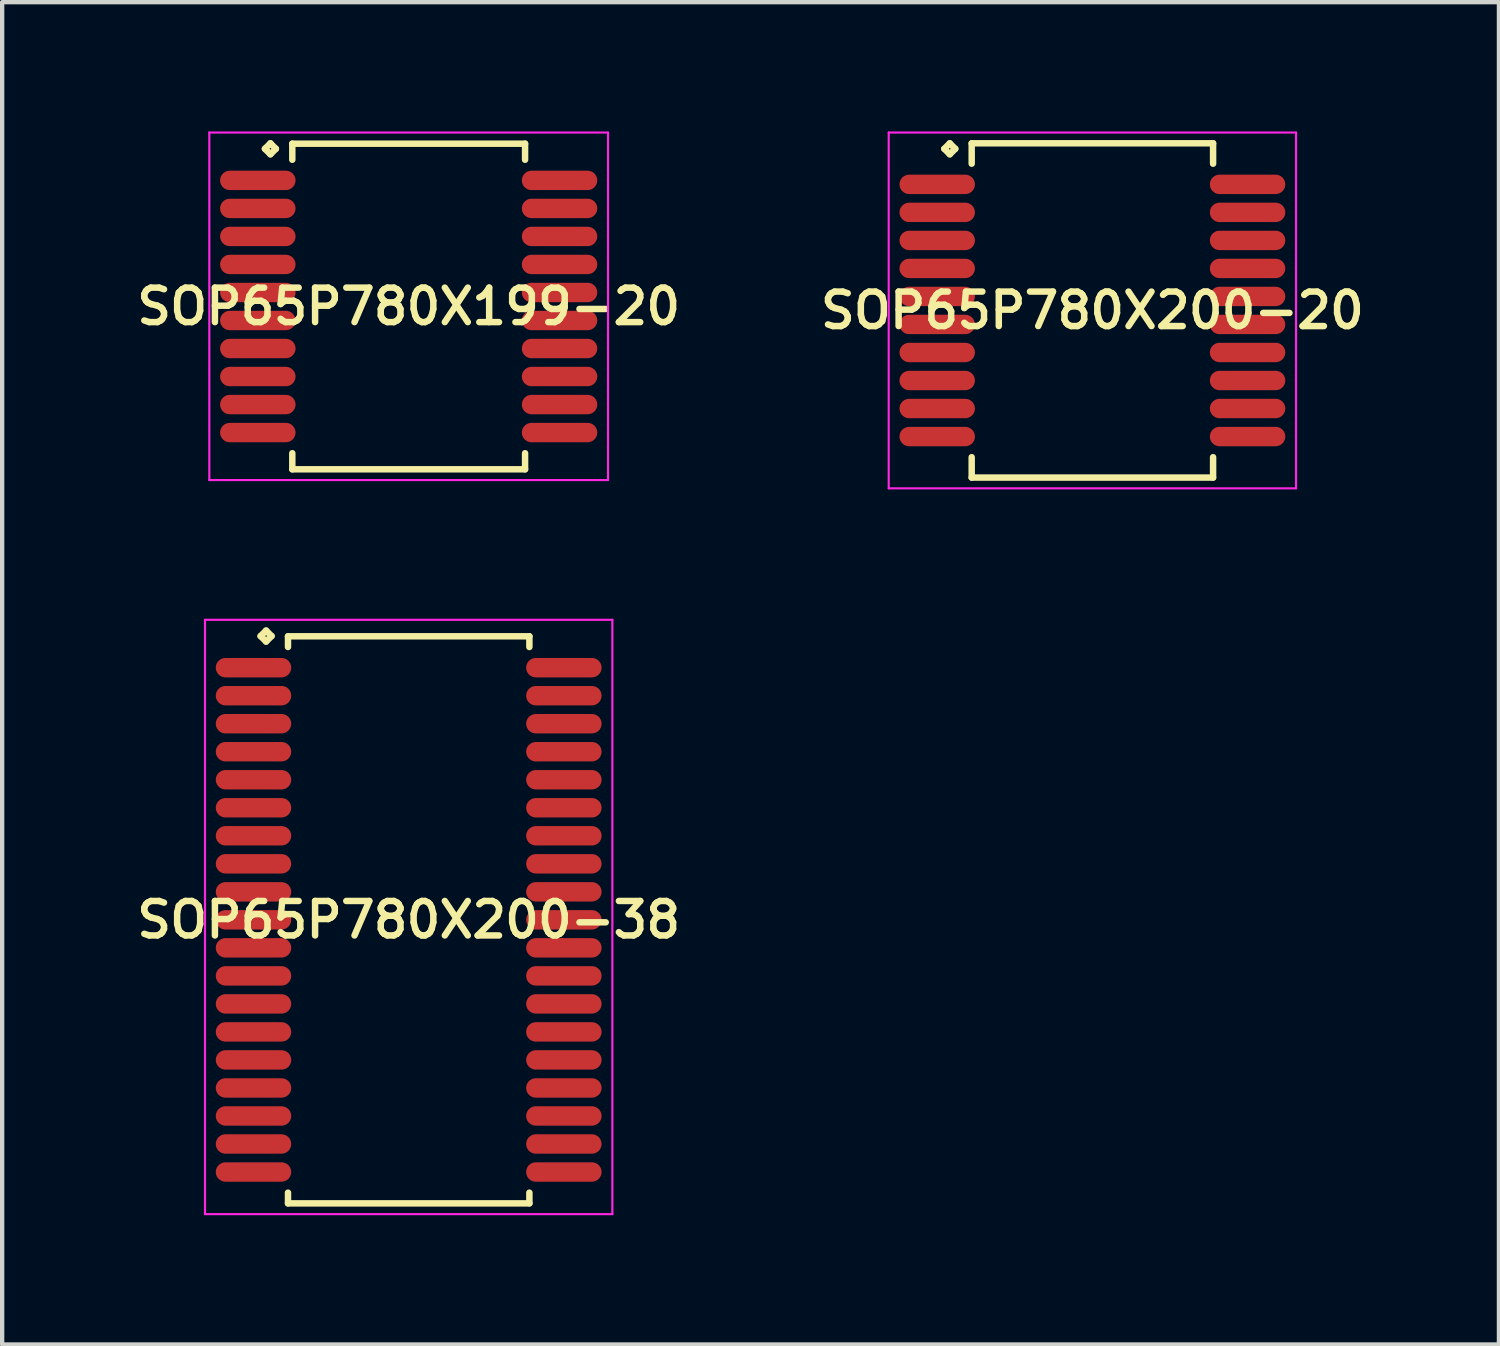
<source format=kicad_pcb>
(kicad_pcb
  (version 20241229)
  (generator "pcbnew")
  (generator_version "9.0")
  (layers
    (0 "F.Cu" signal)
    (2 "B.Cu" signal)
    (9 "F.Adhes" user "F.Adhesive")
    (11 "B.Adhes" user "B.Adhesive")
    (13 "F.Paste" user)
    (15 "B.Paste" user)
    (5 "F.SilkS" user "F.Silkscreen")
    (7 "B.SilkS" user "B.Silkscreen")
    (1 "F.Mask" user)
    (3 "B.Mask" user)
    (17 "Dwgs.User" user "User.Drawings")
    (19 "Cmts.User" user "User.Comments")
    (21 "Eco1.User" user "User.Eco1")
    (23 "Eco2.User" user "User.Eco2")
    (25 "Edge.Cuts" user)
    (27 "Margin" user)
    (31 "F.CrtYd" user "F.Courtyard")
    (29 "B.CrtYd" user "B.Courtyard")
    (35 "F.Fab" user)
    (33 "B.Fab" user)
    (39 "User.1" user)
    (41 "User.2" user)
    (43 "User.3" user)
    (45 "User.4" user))
  (footprint "SOP65P780X199-20"
    (layer "F.Cu")
    (at 6.431 4.06)
    (property "Reference" "SOP65P780X199-20" (at 0 0 0) (layer "F.SilkS") (effects (font (size 0.8 0.8) (thickness 0.15))))
    (attr smd)
    (fp_line (start -3.335 -3.658) (end -3.208 -3.785) (stroke (width 0.15) (type solid)) (layer "F.SilkS"))
    (fp_line (start -3.208 -3.785) (end -3.081 -3.658) (stroke (width 0.15) (type solid)) (layer "F.SilkS"))
    (fp_line (start -3.208 -3.531) (end -3.335 -3.658) (stroke (width 0.15) (type solid)) (layer "F.SilkS"))
    (fp_line (start -3.081 -3.658) (end -3.208 -3.531) (stroke (width 0.15) (type solid)) (layer "F.SilkS"))
    (fp_line (start -2.7 -3.777) (end 2.7 -3.777) (stroke (width 0.15) (type solid)) (layer "F.SilkS"))
    (fp_line (start -2.7 -3.404) (end -2.7 -3.777) (stroke (width 0.15) (type solid)) (layer "F.SilkS"))
    (fp_line (start -2.7 3.404) (end -2.7 3.777) (stroke (width 0.15) (type solid)) (layer "F.SilkS"))
    (fp_line (start -2.7 3.777) (end 2.7 3.777) (stroke (width 0.15) (type solid)) (layer "F.SilkS"))
    (fp_line (start 2.7 -3.777) (end 2.7 -3.404) (stroke (width 0.15) (type solid)) (layer "F.SilkS"))
    (fp_line (start 2.7 3.777) (end 2.7 3.404) (stroke (width 0.15) (type solid)) (layer "F.SilkS"))
    (fp_line (start -4.625 -4.035) (end 4.625 -4.035) (stroke (width 0.05) (type solid)) (layer "F.CrtYd"))
    (fp_line (start -4.625 4.027) (end -4.625 -4.035) (stroke (width 0.05) (type solid)) (layer "F.CrtYd"))
    (fp_line (start 4.625 -4.035) (end 4.625 4.027) (stroke (width 0.05) (type solid)) (layer "F.CrtYd"))
    (fp_line (start 4.625 4.027) (end -4.625 4.027) (stroke (width 0.05) (type solid)) (layer "F.CrtYd"))
    (pad "1" smd oval (at -3.5 -2.925) (size 1.75 0.45) (layers "F.Cu" "F.Mask" "F.Paste"))
    (pad "2" smd oval (at -3.5 -2.275) (size 1.75 0.45) (layers "F.Cu" "F.Mask" "F.Paste"))
    (pad "3" smd oval (at -3.5 -1.625) (size 1.75 0.45) (layers "F.Cu" "F.Mask" "F.Paste"))
    (pad "4" smd oval (at -3.5 -0.975) (size 1.75 0.45) (layers "F.Cu" "F.Mask" "F.Paste"))
    (pad "5" smd oval (at -3.5 -0.325) (size 1.75 0.45) (layers "F.Cu" "F.Mask" "F.Paste"))
    (pad "6" smd oval (at -3.5 0.325) (size 1.75 0.45) (layers "F.Cu" "F.Mask" "F.Paste"))
    (pad "7" smd oval (at -3.5 0.975) (size 1.75 0.45) (layers "F.Cu" "F.Mask" "F.Paste"))
    (pad "8" smd oval (at -3.5 1.625) (size 1.75 0.45) (layers "F.Cu" "F.Mask" "F.Paste"))
    (pad "9" smd oval (at -3.5 2.275) (size 1.75 0.45) (layers "F.Cu" "F.Mask" "F.Paste"))
    (pad "10" smd oval (at -3.5 2.925) (size 1.75 0.45) (layers "F.Cu" "F.Mask" "F.Paste"))
    (pad "11" smd oval (at 3.5 2.925) (size 1.75 0.45) (layers "F.Cu" "F.Mask" "F.Paste"))
    (pad "12" smd oval (at 3.5 2.275) (size 1.75 0.45) (layers "F.Cu" "F.Mask" "F.Paste"))
    (pad "13" smd oval (at 3.5 1.625) (size 1.75 0.45) (layers "F.Cu" "F.Mask" "F.Paste"))
    (pad "14" smd oval (at 3.5 0.975) (size 1.75 0.45) (layers "F.Cu" "F.Mask" "F.Paste"))
    (pad "15" smd oval (at 3.5 0.325) (size 1.75 0.45) (layers "F.Cu" "F.Mask" "F.Paste"))
    (pad "16" smd oval (at 3.5 -0.325) (size 1.75 0.45) (layers "F.Cu" "F.Mask" "F.Paste"))
    (pad "17" smd oval (at 3.5 -0.975) (size 1.75 0.45) (layers "F.Cu" "F.Mask" "F.Paste"))
    (pad "18" smd oval (at 3.5 -1.625) (size 1.75 0.45) (layers "F.Cu" "F.Mask" "F.Paste"))
    (pad "19" smd oval (at 3.5 -2.275) (size 1.75 0.45) (layers "F.Cu" "F.Mask" "F.Paste"))
    (pad "20" smd oval (at 3.5 -2.925) (size 1.75 0.45) (layers "F.Cu" "F.Mask" "F.Paste")))
  (footprint "SOP65P780X200-20"
    (layer "F.Cu")
    (at 22.292 4.152)
    (property "Reference" "SOP65P780X200-20" (at 0 0 0) (layer "F.SilkS") (effects (font (size 0.8 0.8) (thickness 0.15))))
    (attr smd)
    (fp_line (start -3.435 -3.75) (end -3.308 -3.877) (stroke (width 0.15) (type solid)) (layer "F.SilkS"))
    (fp_line (start -3.308 -3.877) (end -3.181 -3.75) (stroke (width 0.15) (type solid)) (layer "F.SilkS"))
    (fp_line (start -3.308 -3.623) (end -3.435 -3.75) (stroke (width 0.15) (type solid)) (layer "F.SilkS"))
    (fp_line (start -3.181 -3.75) (end -3.308 -3.623) (stroke (width 0.15) (type solid)) (layer "F.SilkS"))
    (fp_line (start -2.8 -3.877) (end 2.8 -3.877) (stroke (width 0.15) (type solid)) (layer "F.SilkS"))
    (fp_line (start -2.8 -3.404) (end -2.8 -3.877) (stroke (width 0.15) (type solid)) (layer "F.SilkS"))
    (fp_line (start -2.8 3.404) (end -2.8 3.877) (stroke (width 0.15) (type solid)) (layer "F.SilkS"))
    (fp_line (start -2.8 3.877) (end 2.8 3.877) (stroke (width 0.15) (type solid)) (layer "F.SilkS"))
    (fp_line (start 2.8 -3.877) (end 2.8 -3.404) (stroke (width 0.15) (type solid)) (layer "F.SilkS"))
    (fp_line (start 2.8 3.877) (end 2.8 3.404) (stroke (width 0.15) (type solid)) (layer "F.SilkS"))
    (fp_line (start -4.725 -4.127) (end 4.725 -4.127) (stroke (width 0.05) (type solid)) (layer "F.CrtYd"))
    (fp_line (start -4.725 4.127) (end -4.725 -4.127) (stroke (width 0.05) (type solid)) (layer "F.CrtYd"))
    (fp_line (start 4.725 -4.127) (end 4.725 4.127) (stroke (width 0.05) (type solid)) (layer "F.CrtYd"))
    (fp_line (start 4.725 4.127) (end -4.725 4.127) (stroke (width 0.05) (type solid)) (layer "F.CrtYd"))
    (pad "1" smd oval (at -3.6 -2.925) (size 1.75 0.45) (layers "F.Cu" "F.Mask" "F.Paste"))
    (pad "2" smd oval (at -3.6 -2.275) (size 1.75 0.45) (layers "F.Cu" "F.Mask" "F.Paste"))
    (pad "3" smd oval (at -3.6 -1.625) (size 1.75 0.45) (layers "F.Cu" "F.Mask" "F.Paste"))
    (pad "4" smd oval (at -3.6 -0.975) (size 1.75 0.45) (layers "F.Cu" "F.Mask" "F.Paste"))
    (pad "5" smd oval (at -3.6 -0.325) (size 1.75 0.45) (layers "F.Cu" "F.Mask" "F.Paste"))
    (pad "6" smd oval (at -3.6 0.325) (size 1.75 0.45) (layers "F.Cu" "F.Mask" "F.Paste"))
    (pad "7" smd oval (at -3.6 0.975) (size 1.75 0.45) (layers "F.Cu" "F.Mask" "F.Paste"))
    (pad "8" smd oval (at -3.6 1.625) (size 1.75 0.45) (layers "F.Cu" "F.Mask" "F.Paste"))
    (pad "9" smd oval (at -3.6 2.275) (size 1.75 0.45) (layers "F.Cu" "F.Mask" "F.Paste"))
    (pad "10" smd oval (at -3.6 2.925) (size 1.75 0.45) (layers "F.Cu" "F.Mask" "F.Paste"))
    (pad "11" smd oval (at 3.6 2.925) (size 1.75 0.45) (layers "F.Cu" "F.Mask" "F.Paste"))
    (pad "12" smd oval (at 3.6 2.275) (size 1.75 0.45) (layers "F.Cu" "F.Mask" "F.Paste"))
    (pad "13" smd oval (at 3.6 1.625) (size 1.75 0.45) (layers "F.Cu" "F.Mask" "F.Paste"))
    (pad "14" smd oval (at 3.6 0.975) (size 1.75 0.45) (layers "F.Cu" "F.Mask" "F.Paste"))
    (pad "15" smd oval (at 3.6 0.325) (size 1.75 0.45) (layers "F.Cu" "F.Mask" "F.Paste"))
    (pad "16" smd oval (at 3.6 -0.325) (size 1.75 0.45) (layers "F.Cu" "F.Mask" "F.Paste"))
    (pad "17" smd oval (at 3.6 -0.975) (size 1.75 0.45) (layers "F.Cu" "F.Mask" "F.Paste"))
    (pad "18" smd oval (at 3.6 -1.625) (size 1.75 0.45) (layers "F.Cu" "F.Mask" "F.Paste"))
    (pad "19" smd oval (at 3.6 -2.275) (size 1.75 0.45) (layers "F.Cu" "F.Mask" "F.Paste"))
    (pad "20" smd oval (at 3.6 -2.925) (size 1.75 0.45) (layers "F.Cu" "F.Mask" "F.Paste")))
  (footprint "SOP65P780X200-38"
    (layer "F.Cu")
    (at 6.431 18.289)
    (property "Reference" "SOP65P780X200-38" (at 0 0 0) (layer "F.SilkS") (effects (font (size 0.8 0.8) (thickness 0.15))))
    (attr smd)
    (fp_line (start -3.435 -6.583) (end -3.308 -6.71) (stroke (width 0.15) (type solid)) (layer "F.SilkS"))
    (fp_line (start -3.308 -6.71) (end -3.181 -6.583) (stroke (width 0.15) (type solid)) (layer "F.SilkS"))
    (fp_line (start -3.308 -6.456) (end -3.435 -6.583) (stroke (width 0.15) (type solid)) (layer "F.SilkS"))
    (fp_line (start -3.181 -6.583) (end -3.308 -6.456) (stroke (width 0.15) (type solid)) (layer "F.SilkS"))
    (fp_line (start -2.8 -6.577) (end 2.8 -6.577) (stroke (width 0.15) (type solid)) (layer "F.SilkS"))
    (fp_line (start -2.8 -6.329) (end -2.8 -6.577) (stroke (width 0.15) (type solid)) (layer "F.SilkS"))
    (fp_line (start -2.8 6.329) (end -2.8 6.577) (stroke (width 0.15) (type solid)) (layer "F.SilkS"))
    (fp_line (start -2.8 6.577) (end 2.8 6.577) (stroke (width 0.15) (type solid)) (layer "F.SilkS"))
    (fp_line (start 2.8 -6.577) (end 2.8 -6.329) (stroke (width 0.15) (type solid)) (layer "F.SilkS"))
    (fp_line (start 2.8 6.577) (end 2.8 6.329) (stroke (width 0.15) (type solid)) (layer "F.SilkS"))
    (fp_line (start -4.725 -6.96) (end 4.725 -6.96) (stroke (width 0.05) (type solid)) (layer "F.CrtYd"))
    (fp_line (start -4.725 6.827) (end -4.725 -6.96) (stroke (width 0.05) (type solid)) (layer "F.CrtYd"))
    (fp_line (start 4.725 -6.96) (end 4.725 6.827) (stroke (width 0.05) (type solid)) (layer "F.CrtYd"))
    (fp_line (start 4.725 6.827) (end -4.725 6.827) (stroke (width 0.05) (type solid)) (layer "F.CrtYd"))
    (pad "1" smd oval (at -3.6 -5.85) (size 1.75 0.45) (layers "F.Cu" "F.Mask" "F.Paste"))
    (pad "2" smd oval (at -3.6 -5.2) (size 1.75 0.45) (layers "F.Cu" "F.Mask" "F.Paste"))
    (pad "3" smd oval (at -3.6 -4.55) (size 1.75 0.45) (layers "F.Cu" "F.Mask" "F.Paste"))
    (pad "4" smd oval (at -3.6 -3.9) (size 1.75 0.45) (layers "F.Cu" "F.Mask" "F.Paste"))
    (pad "5" smd oval (at -3.6 -3.25) (size 1.75 0.45) (layers "F.Cu" "F.Mask" "F.Paste"))
    (pad "6" smd oval (at -3.6 -2.6) (size 1.75 0.45) (layers "F.Cu" "F.Mask" "F.Paste"))
    (pad "7" smd oval (at -3.6 -1.95) (size 1.75 0.45) (layers "F.Cu" "F.Mask" "F.Paste"))
    (pad "8" smd oval (at -3.6 -1.3) (size 1.75 0.45) (layers "F.Cu" "F.Mask" "F.Paste"))
    (pad "9" smd oval (at -3.6 -0.65) (size 1.75 0.45) (layers "F.Cu" "F.Mask" "F.Paste"))
    (pad "10" smd oval (at -3.6 0) (size 1.75 0.45) (layers "F.Cu" "F.Mask" "F.Paste"))
    (pad "11" smd oval (at -3.6 0.65) (size 1.75 0.45) (layers "F.Cu" "F.Mask" "F.Paste"))
    (pad "12" smd oval (at -3.6 1.3) (size 1.75 0.45) (layers "F.Cu" "F.Mask" "F.Paste"))
    (pad "13" smd oval (at -3.6 1.95) (size 1.75 0.45) (layers "F.Cu" "F.Mask" "F.Paste"))
    (pad "14" smd oval (at -3.6 2.6) (size 1.75 0.45) (layers "F.Cu" "F.Mask" "F.Paste"))
    (pad "15" smd oval (at -3.6 3.25) (size 1.75 0.45) (layers "F.Cu" "F.Mask" "F.Paste"))
    (pad "16" smd oval (at -3.6 3.9) (size 1.75 0.45) (layers "F.Cu" "F.Mask" "F.Paste"))
    (pad "17" smd oval (at -3.6 4.55) (size 1.75 0.45) (layers "F.Cu" "F.Mask" "F.Paste"))
    (pad "18" smd oval (at -3.6 5.2) (size 1.75 0.45) (layers "F.Cu" "F.Mask" "F.Paste"))
    (pad "19" smd oval (at -3.6 5.85) (size 1.75 0.45) (layers "F.Cu" "F.Mask" "F.Paste"))
    (pad "20" smd oval (at 3.6 5.85) (size 1.75 0.45) (layers "F.Cu" "F.Mask" "F.Paste"))
    (pad "21" smd oval (at 3.6 5.2) (size 1.75 0.45) (layers "F.Cu" "F.Mask" "F.Paste"))
    (pad "22" smd oval (at 3.6 4.55) (size 1.75 0.45) (layers "F.Cu" "F.Mask" "F.Paste"))
    (pad "23" smd oval (at 3.6 3.9) (size 1.75 0.45) (layers "F.Cu" "F.Mask" "F.Paste"))
    (pad "24" smd oval (at 3.6 3.25) (size 1.75 0.45) (layers "F.Cu" "F.Mask" "F.Paste"))
    (pad "25" smd oval (at 3.6 2.6) (size 1.75 0.45) (layers "F.Cu" "F.Mask" "F.Paste"))
    (pad "26" smd oval (at 3.6 1.95) (size 1.75 0.45) (layers "F.Cu" "F.Mask" "F.Paste"))
    (pad "27" smd oval (at 3.6 1.3) (size 1.75 0.45) (layers "F.Cu" "F.Mask" "F.Paste"))
    (pad "28" smd oval (at 3.6 0.65) (size 1.75 0.45) (layers "F.Cu" "F.Mask" "F.Paste"))
    (pad "29" smd oval (at 3.6 0) (size 1.75 0.45) (layers "F.Cu" "F.Mask" "F.Paste"))
    (pad "30" smd oval (at 3.6 -0.65) (size 1.75 0.45) (layers "F.Cu" "F.Mask" "F.Paste"))
    (pad "31" smd oval (at 3.6 -1.3) (size 1.75 0.45) (layers "F.Cu" "F.Mask" "F.Paste"))
    (pad "32" smd oval (at 3.6 -1.95) (size 1.75 0.45) (layers "F.Cu" "F.Mask" "F.Paste"))
    (pad "33" smd oval (at 3.6 -2.6) (size 1.75 0.45) (layers "F.Cu" "F.Mask" "F.Paste"))
    (pad "34" smd oval (at 3.6 -3.25) (size 1.75 0.45) (layers "F.Cu" "F.Mask" "F.Paste"))
    (pad "35" smd oval (at 3.6 -3.9) (size 1.75 0.45) (layers "F.Cu" "F.Mask" "F.Paste"))
    (pad "36" smd oval (at 3.6 -4.55) (size 1.75 0.45) (layers "F.Cu" "F.Mask" "F.Paste"))
    (pad "37" smd oval (at 3.6 -5.2) (size 1.75 0.45) (layers "F.Cu" "F.Mask" "F.Paste"))
    (pad "38" smd oval (at 3.6 -5.85) (size 1.75 0.45) (layers "F.Cu" "F.Mask" "F.Paste")))
  (gr_rect
    (start -3 -3)
    (end 31.723 28.141)
    (stroke (width 0.1) (type default))
    (fill no)
    (layer "Edge.Cuts")))
</source>
